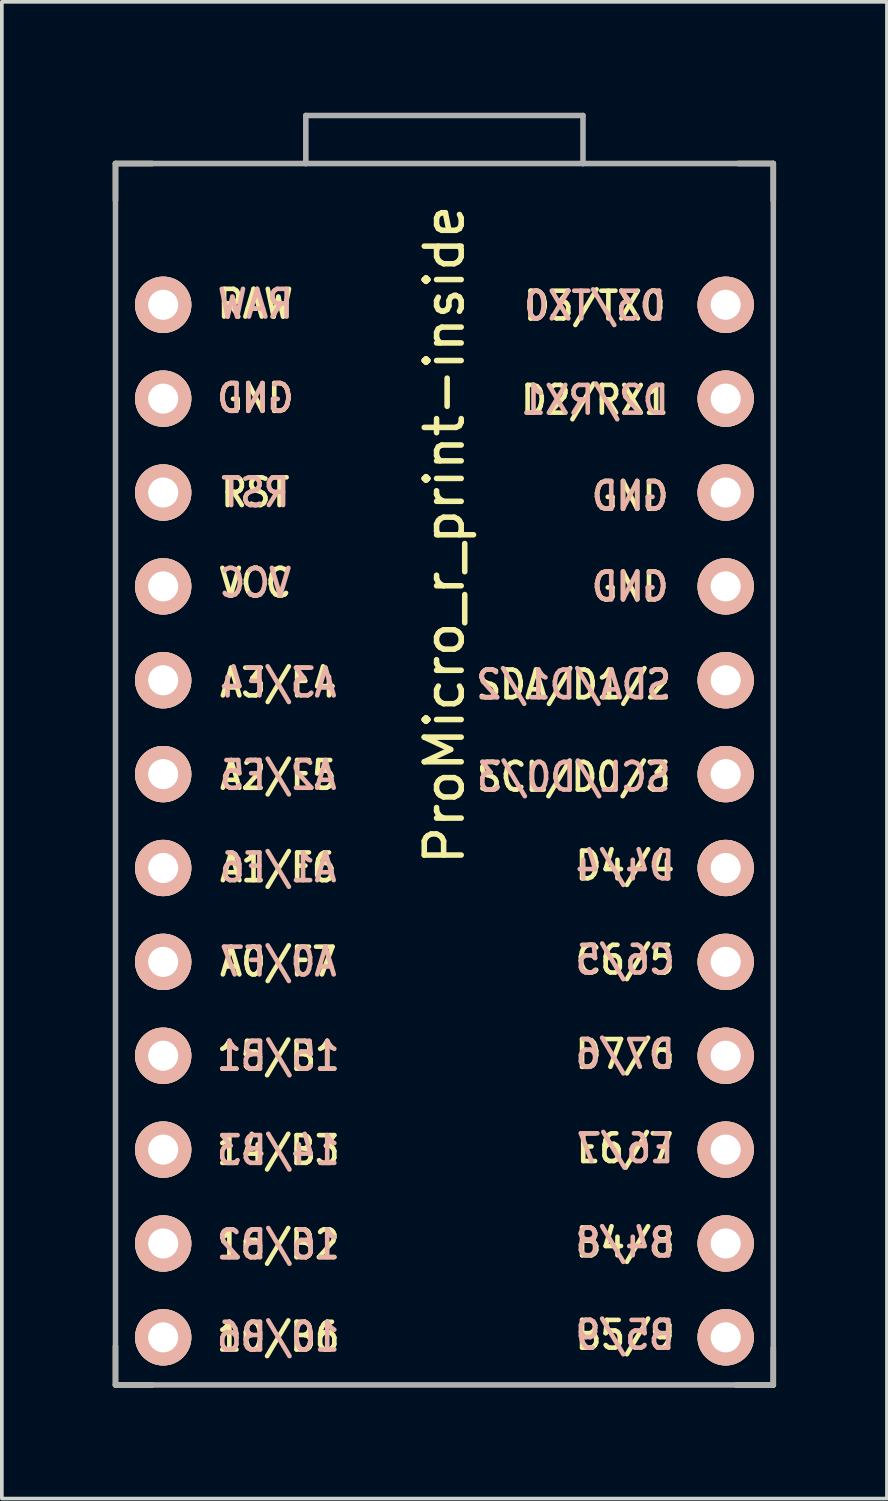
<source format=kicad_pcb>
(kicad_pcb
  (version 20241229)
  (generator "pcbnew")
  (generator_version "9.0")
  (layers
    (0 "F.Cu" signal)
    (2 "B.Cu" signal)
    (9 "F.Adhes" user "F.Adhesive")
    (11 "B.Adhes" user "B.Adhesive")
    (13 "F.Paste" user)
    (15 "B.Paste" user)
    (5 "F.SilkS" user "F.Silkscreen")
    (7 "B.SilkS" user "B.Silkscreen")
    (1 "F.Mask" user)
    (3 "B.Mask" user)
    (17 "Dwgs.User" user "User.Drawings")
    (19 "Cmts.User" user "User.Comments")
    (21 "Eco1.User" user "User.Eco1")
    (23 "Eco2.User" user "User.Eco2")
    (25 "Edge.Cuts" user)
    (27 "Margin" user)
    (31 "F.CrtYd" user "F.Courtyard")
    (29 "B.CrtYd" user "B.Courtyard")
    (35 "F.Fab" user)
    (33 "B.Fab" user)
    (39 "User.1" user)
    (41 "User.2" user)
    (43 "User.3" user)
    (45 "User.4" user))
  (footprint "ProMicro_r_print-inside"
    (layer "F.Cu")
    (at 8.975 19.675)
    (property "Reference" "ProMicro_r_print-inside" (at 0 -8.255 270) (layer "F.SilkS") (effects (font (size 1 1) (thickness 0.15))))
    (attr through_hole)
    (fp_line (start -8.9 -18.3) (end -8.9 -17.3) (stroke (width 0.15) (type solid)) (layer "F.SilkS"))
    (fp_line (start -8.9 -18.3) (end -7.9 -18.3) (stroke (width 0.15) (type solid)) (layer "F.SilkS"))
    (fp_line (start -8.9 13.7) (end -8.9 14.75) (stroke (width 0.15) (type solid)) (layer "F.SilkS"))
    (fp_line (start -8.9 14.75) (end -7.9 14.75) (stroke (width 0.15) (type solid)) (layer "F.SilkS"))
    (fp_line (start 8.9 -18.3) (end 7.95 -18.3) (stroke (width 0.15) (type solid)) (layer "F.SilkS"))
    (fp_line (start 8.9 -18.3) (end 8.9 -17.3) (stroke (width 0.15) (type solid)) (layer "F.SilkS"))
    (fp_line (start 8.9 13.75) (end 8.9 14.75) (stroke (width 0.15) (type solid)) (layer "F.SilkS"))
    (fp_line (start 8.9 14.75) (end 7.89 14.75) (stroke (width 0.15) (type solid)) (layer "F.SilkS"))
    (fp_line (start -8.9 -18.3) (end -3.75 -18.3) (stroke (width 0.15) (type solid)) (layer "F.Fab"))
    (fp_line (start -8.9 14.75) (end -8.9 -18.3) (stroke (width 0.15) (type solid)) (layer "F.Fab"))
    (fp_line (start -3.75 -19.6) (end -3.75 -18.299) (stroke (width 0.15) (type solid)) (layer "F.Fab"))
    (fp_line (start -3.75 -19.6) (end 3.75 -19.6) (stroke (width 0.15) (type solid)) (layer "F.Fab"))
    (fp_line (start -3.75 -18.3) (end 3.75 -18.3) (stroke (width 0.15) (type solid)) (layer "F.Fab"))
    (fp_line (start 3.75 -19.6) (end 3.75 -18.3) (stroke (width 0.15) (type solid)) (layer "F.Fab"))
    (fp_line (start 3.76 -18.3) (end 8.9 -18.3) (stroke (width 0.15) (type solid)) (layer "F.Fab"))
    (fp_line (start 8.9 -18.3) (end 8.9 14.75) (stroke (width 0.15) (type solid)) (layer "F.Fab"))
    (fp_line (start 8.9 14.75) (end -8.9 14.75) (stroke (width 0.15) (type solid)) (layer "F.Fab"))
    (fp_text user "D3/TX0" (at 4.07 -14.45 0) (unlocked yes) (layer "F.SilkS") (effects (font (size 0.75 0.67) (thickness 0.125))))
    (fp_text user "SDA/D1/2" (at 3.5 -4.2 0) (unlocked yes) (layer "F.SilkS") (effects (font (size 0.75 0.67) (thickness 0.125))))
    (fp_text user "D2/RX1" (at 4.07 -11.9 0) (unlocked yes) (layer "F.SilkS") (effects (font (size 0.75 0.67) (thickness 0.125))))
    (fp_text user "E6/7" (at 4.89 8.35 0) (unlocked yes) (layer "F.SilkS") (effects (font (size 0.75 0.67) (thickness 0.125))))
    (fp_text user "16/B2" (at -4.495 10.95 0) (unlocked yes) (layer "F.SilkS") (effects (font (size 0.75 0.67) (thickness 0.125))))
    (fp_text user "A2/F5" (at -4.495 -1.75 0) (unlocked yes) (layer "F.SilkS") (effects (font (size 0.75 0.67) (thickness 0.125))))
    (fp_text user "A0/F7" (at -4.495 3.3 0) (unlocked yes) (layer "F.SilkS") (effects (font (size 0.75 0.67) (thickness 0.125))))
    (fp_text user "RAW" (at -5.115 -14.5 0) (unlocked yes) (layer "F.SilkS") (effects (font (size 0.75 0.67) (thickness 0.125))))
    (fp_text user "SCL/D0/3" (at 3.5 -1.7 0) (unlocked yes) (layer "F.SilkS") (effects (font (size 0.75 0.67) (thickness 0.125))))
    (fp_text user "10/B6" (at -4.495 13.45 0) (unlocked yes) (layer "F.SilkS") (effects (font (size 0.75 0.67) (thickness 0.125))))
    (fp_text user "D4/4" (at 4.89 0.7 0) (unlocked yes) (layer "F.SilkS") (effects (font (size 0.75 0.67) (thickness 0.125))))
    (fp_text user "D7/6" (at 4.89 5.8 0) (unlocked yes) (layer "F.SilkS") (effects (font (size 0.75 0.67) (thickness 0.125))))
    (fp_text user "15/B1" (at -4.495 5.85 0) (unlocked yes) (layer "F.SilkS") (effects (font (size 0.75 0.67) (thickness 0.125))))
    (fp_text user "VCC" (at -5.115 -6.95 0) (unlocked yes) (layer "F.SilkS") (effects (font (size 0.75 0.67) (thickness 0.125))))
    (fp_text user "C6/5" (at 4.89 3.25 0) (unlocked yes) (layer "F.SilkS") (effects (font (size 0.75 0.67) (thickness 0.125))))
    (fp_text user "A3/F4" (at -4.495 -4.25 0) (unlocked yes) (layer "F.SilkS") (effects (font (size 0.75 0.67) (thickness 0.125))))
    (fp_text user "GND" (at -5.115 -11.95 0) (unlocked yes) (layer "F.SilkS") (effects (font (size 0.75 0.67) (thickness 0.125))))
    (fp_text user "A1/F6" (at -4.495 0.75 0) (unlocked yes) (layer "F.SilkS") (effects (font (size 0.75 0.67) (thickness 0.125))))
    (fp_text user "GND" (at 5.025 -9.3 0) (unlocked yes) (layer "F.SilkS") (effects (font (size 0.75 0.67) (thickness 0.125))))
    (fp_text user "RST" (at -5.115 -9.4 0) (unlocked yes) (layer "F.SilkS") (effects (font (size 0.75 0.67) (thickness 0.125))))
    (fp_text user "B5/9" (at 4.89 13.4 0) (unlocked yes) (layer "F.SilkS") (effects (font (size 0.75 0.67) (thickness 0.125))))
    (fp_text user "14/B3" (at -4.495 8.4 0) (unlocked yes) (layer "F.SilkS") (effects (font (size 0.75 0.67) (thickness 0.125))))
    (fp_text user "B4/8" (at 4.89 10.9 0) (unlocked yes) (layer "F.SilkS") (effects (font (size 0.75 0.67) (thickness 0.125))))
    (fp_text user "GND" (at 5.025 -6.85 0) (unlocked yes) (layer "F.SilkS") (effects (font (size 0.75 0.67) (thickness 0.125))))
    (fp_text user "10/B6" (at -4.495 13.45 0) (unlocked yes) (layer "B.SilkS") (effects (font (size 0.75 0.67) (thickness 0.125)) (justify mirror)))
    (fp_text user "RST" (at -5.115 -9.4 0) (unlocked yes) (layer "B.SilkS") (effects (font (size 0.75 0.67) (thickness 0.125)) (justify mirror)))
    (fp_text user "SDA/D1/2" (at 3.5 -4.2 0) (unlocked yes) (layer "B.SilkS") (effects (font (size 0.75 0.67) (thickness 0.125)) (justify mirror)))
    (fp_text user "16/B2" (at -4.495 10.95 0) (unlocked yes) (layer "B.SilkS") (effects (font (size 0.75 0.67) (thickness 0.125)) (justify mirror)))
    (fp_text user "C6/5" (at 4.89 3.25 0) (unlocked yes) (layer "B.SilkS") (effects (font (size 0.75 0.67) (thickness 0.125)) (justify mirror)))
    (fp_text user "SCL/D0/3" (at 3.5 -1.7 0) (unlocked yes) (layer "B.SilkS") (effects (font (size 0.75 0.67) (thickness 0.125)) (justify mirror)))
    (fp_text user "A0/F7" (at -4.495 3.3 0) (unlocked yes) (layer "B.SilkS") (effects (font (size 0.75 0.67) (thickness 0.125)) (justify mirror)))
    (fp_text user "15/B1" (at -4.495 5.85 0) (unlocked yes) (layer "B.SilkS") (effects (font (size 0.75 0.67) (thickness 0.125)) (justify mirror)))
    (fp_text user "D7/6" (at 4.89 5.8 0) (unlocked yes) (layer "B.SilkS") (effects (font (size 0.75 0.67) (thickness 0.125)) (justify mirror)))
    (fp_text user "A2/F5" (at -4.495 -1.75 0) (unlocked yes) (layer "B.SilkS") (effects (font (size 0.75 0.67) (thickness 0.125)) (justify mirror)))
    (fp_text user "RAW" (at -5.115 -14.5 0) (unlocked yes) (layer "B.SilkS") (effects (font (size 0.75 0.67) (thickness 0.125)) (justify mirror)))
    (fp_text user "D3/TX0" (at 4.07 -14.45 0) (unlocked yes) (layer "B.SilkS") (effects (font (size 0.75 0.67) (thickness 0.125)) (justify mirror)))
    (fp_text user "GND" (at 5.025 -9.3 0) (unlocked yes) (layer "B.SilkS") (effects (font (size 0.75 0.67) (thickness 0.125)) (justify mirror)))
    (fp_text user "GND" (at -5.115 -11.95 0) (unlocked yes) (layer "B.SilkS") (effects (font (size 0.75 0.67) (thickness 0.125)) (justify mirror)))
    (fp_text user "14/B3" (at -4.495 8.4 0) (unlocked yes) (layer "B.SilkS") (effects (font (size 0.75 0.67) (thickness 0.125)) (justify mirror)))
    (fp_text user "VCC" (at -5.115 -6.95 0) (unlocked yes) (layer "B.SilkS") (effects (font (size 0.75 0.67) (thickness 0.125)) (justify mirror)))
    (fp_text user "E6/7" (at 4.89 8.35 0) (unlocked yes) (layer "B.SilkS") (effects (font (size 0.75 0.67) (thickness 0.125)) (justify mirror)))
    (fp_text user "D2/RX1" (at 4.07 -11.9 0) (unlocked yes) (layer "B.SilkS") (effects (font (size 0.75 0.67) (thickness 0.125)) (justify mirror)))
    (fp_text user "A3/F4" (at -4.495 -4.25 0) (unlocked yes) (layer "B.SilkS") (effects (font (size 0.75 0.67) (thickness 0.125)) (justify mirror)))
    (fp_text user "B5/9" (at 4.89 13.4 0) (unlocked yes) (layer "B.SilkS") (effects (font (size 0.75 0.67) (thickness 0.125)) (justify mirror)))
    (fp_text user "B4/8" (at 4.89 10.9 0) (unlocked yes) (layer "B.SilkS") (effects (font (size 0.75 0.67) (thickness 0.125)) (justify mirror)))
    (fp_text user "D4/4" (at 4.89 0.7 0) (unlocked yes) (layer "B.SilkS") (effects (font (size 0.75 0.67) (thickness 0.125)) (justify mirror)))
    (fp_text user "A1/F6" (at -4.495 0.75 0) (unlocked yes) (layer "B.SilkS") (effects (font (size 0.75 0.67) (thickness 0.125)) (justify mirror)))
    (fp_text user "GND" (at 5.025 -6.85 0) (unlocked yes) (layer "B.SilkS") (effects (font (size 0.75 0.67) (thickness 0.125)) (justify mirror)))
    (pad "1" thru_hole circle (at 7.611 -14.478) (size 1.524 1.524) (drill 0.813) (layers "*.Cu" "*.SilkS" "*.Mask"))
    (pad "2" thru_hole circle (at 7.611 -11.938) (size 1.524 1.524) (drill 0.813) (layers "*.Cu" "*.SilkS" "*.Mask"))
    (pad "3" thru_hole circle (at 7.611 -9.398) (size 1.524 1.524) (drill 0.813) (layers "*.Cu" "*.SilkS" "*.Mask"))
    (pad "4" thru_hole circle (at 7.611 -6.858) (size 1.524 1.524) (drill 0.813) (layers "*.Cu" "*.SilkS" "*.Mask"))
    (pad "5" thru_hole circle (at 7.611 -4.318) (size 1.524 1.524) (drill 0.813) (layers "*.Cu" "*.SilkS" "*.Mask"))
    (pad "6" thru_hole circle (at 7.611 -1.778) (size 1.524 1.524) (drill 0.813) (layers "*.Cu" "*.SilkS" "*.Mask"))
    (pad "7" thru_hole circle (at 7.611 0.762) (size 1.524 1.524) (drill 0.813) (layers "*.Cu" "*.SilkS" "*.Mask"))
    (pad "8" thru_hole circle (at 7.611 3.302) (size 1.524 1.524) (drill 0.813) (layers "*.Cu" "*.SilkS" "*.Mask"))
    (pad "9" thru_hole circle (at 7.611 5.842) (size 1.524 1.524) (drill 0.813) (layers "*.Cu" "*.SilkS" "*.Mask"))
    (pad "10" thru_hole circle (at 7.611 8.382) (size 1.524 1.524) (drill 0.813) (layers "*.Cu" "*.SilkS" "*.Mask"))
    (pad "11" thru_hole circle (at 7.611 10.922) (size 1.524 1.524) (drill 0.813) (layers "*.Cu" "*.SilkS" "*.Mask"))
    (pad "12" thru_hole circle (at 7.611 13.462) (size 1.524 1.524) (drill 0.813) (layers "*.Cu" "*.SilkS" "*.Mask"))
    (pad "13" thru_hole circle (at -7.609 13.462) (size 1.524 1.524) (drill 0.813) (layers "*.Cu" "*.SilkS" "*.Mask"))
    (pad "14" thru_hole circle (at -7.609 10.922) (size 1.524 1.524) (drill 0.813) (layers "*.Cu" "*.SilkS" "*.Mask"))
    (pad "15" thru_hole circle (at -7.609 8.382) (size 1.524 1.524) (drill 0.813) (layers "*.Cu" "*.SilkS" "*.Mask"))
    (pad "16" thru_hole circle (at -7.609 5.842) (size 1.524 1.524) (drill 0.813) (layers "*.Cu" "*.SilkS" "*.Mask"))
    (pad "17" thru_hole circle (at -7.609 3.302) (size 1.524 1.524) (drill 0.813) (layers "*.Cu" "*.SilkS" "*.Mask"))
    (pad "18" thru_hole circle (at -7.609 0.762) (size 1.524 1.524) (drill 0.813) (layers "*.Cu" "*.SilkS" "*.Mask"))
    (pad "19" thru_hole circle (at -7.609 -1.778) (size 1.524 1.524) (drill 0.813) (layers "*.Cu" "*.SilkS" "*.Mask"))
    (pad "20" thru_hole circle (at -7.609 -4.318) (size 1.524 1.524) (drill 0.813) (layers "*.Cu" "*.SilkS" "*.Mask"))
    (pad "21" thru_hole circle (at -7.609 -6.858) (size 1.524 1.524) (drill 0.813) (layers "*.Cu" "*.SilkS" "*.Mask"))
    (pad "22" thru_hole circle (at -7.609 -9.398) (size 1.524 1.524) (drill 0.813) (layers "*.Cu" "*.SilkS" "*.Mask"))
    (pad "23" thru_hole circle (at -7.609 -11.938) (size 1.524 1.524) (drill 0.813) (layers "*.Cu" "*.SilkS" "*.Mask"))
    (pad "24" thru_hole circle (at -7.609 -14.478) (size 1.524 1.524) (drill 0.813) (layers "*.Cu" "*.SilkS" "*.Mask")))
  (gr_rect
    (start -3 -3)
    (end 20.95 37.5)
    (stroke (width 0.1) (type default))
    (fill no)
    (layer "Edge.Cuts")))
</source>
